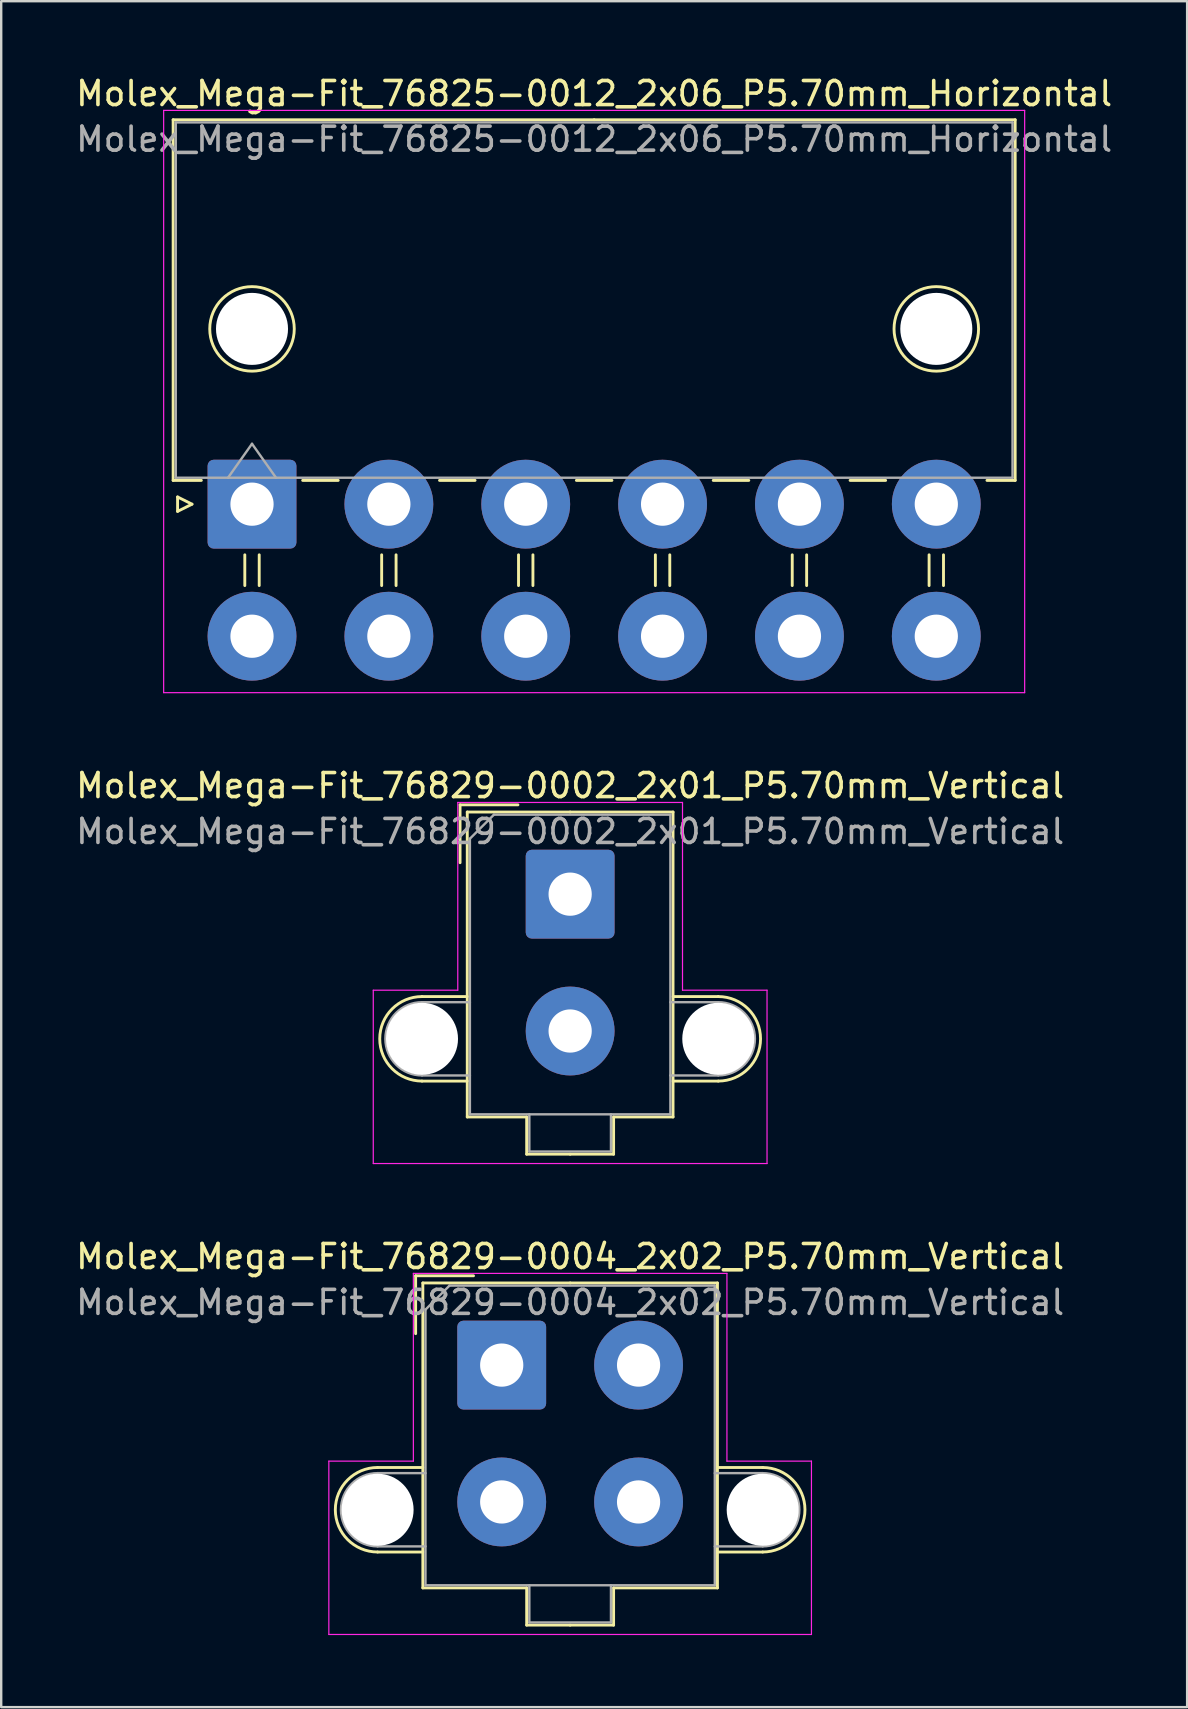
<source format=kicad_pcb>
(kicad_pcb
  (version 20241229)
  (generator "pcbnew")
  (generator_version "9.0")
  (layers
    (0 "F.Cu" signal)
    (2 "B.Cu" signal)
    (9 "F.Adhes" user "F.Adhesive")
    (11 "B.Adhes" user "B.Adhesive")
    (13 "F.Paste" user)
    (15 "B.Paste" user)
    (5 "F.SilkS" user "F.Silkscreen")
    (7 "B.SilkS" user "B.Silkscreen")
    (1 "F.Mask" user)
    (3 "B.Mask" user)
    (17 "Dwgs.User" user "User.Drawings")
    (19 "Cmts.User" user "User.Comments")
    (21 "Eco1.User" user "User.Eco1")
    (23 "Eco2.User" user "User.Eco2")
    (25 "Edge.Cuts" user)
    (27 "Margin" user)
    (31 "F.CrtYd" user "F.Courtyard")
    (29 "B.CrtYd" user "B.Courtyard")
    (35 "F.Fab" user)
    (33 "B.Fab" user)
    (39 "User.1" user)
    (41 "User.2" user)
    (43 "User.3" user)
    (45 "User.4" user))
  (footprint "Molex_Mega-Fit_76829-0002_2x01_P5.70mm_Vertical"
    (layer "F.Cu")
    (at 20.696 34.191)
    (property "Reference" "Molex_Mega-Fit_76829-0002_2x01_P5.70mm_Vertical" (at 0 -4.52 0) (layer "F.SilkS") (effects (font (size 1 1) (thickness 0.15))))
    (attr through_hole)
    (fp_line (start -6.17 4.265) (end -4.285 4.265) (stroke (width 0.12) (type solid)) (layer "F.SilkS"))
    (fp_line (start -6.17 7.785) (end -4.285 7.785) (stroke (width 0.12) (type solid)) (layer "F.SilkS"))
    (fp_line (start -4.585 -3.72) (end -2.175 -3.72) (stroke (width 0.12) (type solid)) (layer "F.SilkS"))
    (fp_line (start -4.585 -1.31) (end -4.585 -3.72) (stroke (width 0.12) (type solid)) (layer "F.SilkS"))
    (fp_line (start -4.285 -3.42) (end -4.285 9.28) (stroke (width 0.12) (type solid)) (layer "F.SilkS"))
    (fp_line (start -4.285 9.28) (end -1.81 9.28) (stroke (width 0.12) (type solid)) (layer "F.SilkS"))
    (fp_line (start -1.81 9.28) (end -1.81 10.83) (stroke (width 0.12) (type solid)) (layer "F.SilkS"))
    (fp_line (start -1.81 10.83) (end 0 10.83) (stroke (width 0.12) (type solid)) (layer "F.SilkS"))
    (fp_line (start 0 -3.42) (end -4.285 -3.42) (stroke (width 0.12) (type solid)) (layer "F.SilkS"))
    (fp_line (start 0 -3.42) (end 4.285 -3.42) (stroke (width 0.12) (type solid)) (layer "F.SilkS"))
    (fp_line (start 1.81 9.28) (end 1.81 10.83) (stroke (width 0.12) (type solid)) (layer "F.SilkS"))
    (fp_line (start 1.81 10.83) (end 0 10.83) (stroke (width 0.12) (type solid)) (layer "F.SilkS"))
    (fp_line (start 4.285 -3.42) (end 4.285 9.28) (stroke (width 0.12) (type solid)) (layer "F.SilkS"))
    (fp_line (start 4.285 9.28) (end 1.81 9.28) (stroke (width 0.12) (type solid)) (layer "F.SilkS"))
    (fp_line (start 6.17 4.265) (end 4.285 4.265) (stroke (width 0.12) (type solid)) (layer "F.SilkS"))
    (fp_line (start 6.17 7.785) (end 4.285 7.785) (stroke (width 0.12) (type solid)) (layer "F.SilkS"))
    (fp_arc (start -6.17 7.785) (mid -7.93 6.025) (end -6.17 4.265) (stroke (width 0.12) (type solid)) (layer "F.SilkS"))
    (fp_arc (start 6.17 4.265) (mid 7.93 6.025) (end 6.17 7.785) (stroke (width 0.12) (type solid)) (layer "F.SilkS"))
    (fp_line (start -8.2 4) (end -8.2 11.22) (stroke (width 0.05) (type solid)) (layer "F.CrtYd"))
    (fp_line (start -8.2 11.22) (end 8.2 11.22) (stroke (width 0.05) (type solid)) (layer "F.CrtYd"))
    (fp_line (start -4.68 -3.82) (end -4.68 4) (stroke (width 0.05) (type solid)) (layer "F.CrtYd"))
    (fp_line (start -4.68 4) (end -8.2 4) (stroke (width 0.05) (type solid)) (layer "F.CrtYd"))
    (fp_line (start 4.68 -3.82) (end -4.68 -3.82) (stroke (width 0.05) (type solid)) (layer "F.CrtYd"))
    (fp_line (start 4.68 4) (end 4.68 -3.82) (stroke (width 0.05) (type solid)) (layer "F.CrtYd"))
    (fp_line (start 8.2 4) (end 4.68 4) (stroke (width 0.05) (type solid)) (layer "F.CrtYd"))
    (fp_line (start 8.2 11.22) (end 8.2 4) (stroke (width 0.05) (type solid)) (layer "F.CrtYd"))
    (fp_line (start -6.17 4.5) (end -4.175 4.5) (stroke (width 0.1) (type solid)) (layer "F.Fab"))
    (fp_line (start -6.17 7.55) (end -4.175 7.55) (stroke (width 0.1) (type solid)) (layer "F.Fab"))
    (fp_line (start -4.175 -2.31) (end -4.175 9.17) (stroke (width 0.1) (type solid)) (layer "F.Fab"))
    (fp_line (start -4.175 9.17) (end 4.175 9.17) (stroke (width 0.1) (type solid)) (layer "F.Fab"))
    (fp_line (start -3.175 -3.31) (end -4.175 -2.31) (stroke (width 0.1) (type solid)) (layer "F.Fab"))
    (fp_line (start -1.7 9.17) (end -1.7 10.72) (stroke (width 0.1) (type solid)) (layer "F.Fab"))
    (fp_line (start -1.7 10.72) (end 1.7 10.72) (stroke (width 0.1) (type solid)) (layer "F.Fab"))
    (fp_line (start 1.7 10.72) (end 1.7 9.17) (stroke (width 0.1) (type solid)) (layer "F.Fab"))
    (fp_line (start 4.175 -3.31) (end -3.175 -3.31) (stroke (width 0.1) (type solid)) (layer "F.Fab"))
    (fp_line (start 4.175 9.17) (end 4.175 -3.31) (stroke (width 0.1) (type solid)) (layer "F.Fab"))
    (fp_line (start 6.17 4.5) (end 4.175 4.5) (stroke (width 0.1) (type solid)) (layer "F.Fab"))
    (fp_line (start 6.17 7.55) (end 4.175 7.55) (stroke (width 0.1) (type solid)) (layer "F.Fab"))
    (fp_arc (start -6.17 7.55) (mid -7.695 6.025) (end -6.17 4.5) (stroke (width 0.1) (type solid)) (layer "F.Fab"))
    (fp_arc (start 6.17 4.5) (mid 7.695 6.025) (end 6.17 7.55) (stroke (width 0.1) (type solid)) (layer "F.Fab"))
    (fp_text user "${REFERENCE}" (at 0 -2.61 0) (layer "F.Fab") (effects (font (size 1 1) (thickness 0.15))))
    (pad "" np_thru_hole circle (at -6.17 6.025) (size 3 3) (drill 3) (layers "*.Cu" "*.Mask"))
    (pad "" np_thru_hole circle (at 6.17 6.025) (size 3 3) (drill 3) (layers "*.Cu" "*.Mask"))
    (pad "1" thru_hole roundrect (at 0 0) (size 3.7 3.7) (drill 1.8) (layers "*.Cu" "*.Mask") (roundrect_rratio 0.068))
    (pad "2" thru_hole circle (at 0 5.7) (size 3.7 3.7) (drill 1.8) (layers "*.Cu" "*.Mask")))
  (footprint "Molex_Mega-Fit_76825-0012_2x06_P5.70mm_Horizontal"
    (layer "F.Cu")
    (at 7.446 17.948)
    (property "Reference" "Molex_Mega-Fit_76825-0012_2x06_P5.70mm_Horizontal" (at 14.25 -17.1 0) (layer "F.SilkS") (effects (font (size 1 1) (thickness 0.15))))
    (attr through_hole)
    (fp_line (start -3.285 -16.01) (end -3.285 -0.99) (stroke (width 0.12) (type solid)) (layer "F.SilkS"))
    (fp_line (start -3.285 -0.99) (end -2.11 -0.99) (stroke (width 0.12) (type solid)) (layer "F.SilkS"))
    (fp_line (start -3.1 -0.3) (end -2.5 0) (stroke (width 0.12) (type solid)) (layer "F.SilkS"))
    (fp_line (start -3.1 0.3) (end -3.1 -0.3) (stroke (width 0.12) (type solid)) (layer "F.SilkS"))
    (fp_line (start -2.5 0) (end -3.1 0.3) (stroke (width 0.12) (type solid)) (layer "F.SilkS"))
    (fp_line (start -0.3 2.11) (end -0.3 3.39) (stroke (width 0.12) (type solid)) (layer "F.SilkS"))
    (fp_line (start 0.3 2.11) (end 0.3 3.39) (stroke (width 0.12) (type solid)) (layer "F.SilkS"))
    (fp_line (start 2.11 -0.99) (end 3.59 -0.99) (stroke (width 0.12) (type solid)) (layer "F.SilkS"))
    (fp_line (start 5.4 2.11) (end 5.4 3.39) (stroke (width 0.12) (type solid)) (layer "F.SilkS"))
    (fp_line (start 6 2.11) (end 6 3.39) (stroke (width 0.12) (type solid)) (layer "F.SilkS"))
    (fp_line (start 7.81 -0.99) (end 9.29 -0.99) (stroke (width 0.12) (type solid)) (layer "F.SilkS"))
    (fp_line (start 11.1 2.11) (end 11.1 3.39) (stroke (width 0.12) (type solid)) (layer "F.SilkS"))
    (fp_line (start 11.7 2.11) (end 11.7 3.39) (stroke (width 0.12) (type solid)) (layer "F.SilkS"))
    (fp_line (start 13.51 -0.99) (end 14.99 -0.99) (stroke (width 0.12) (type solid)) (layer "F.SilkS"))
    (fp_line (start 14.25 -16.01) (end -3.285 -16.01) (stroke (width 0.12) (type solid)) (layer "F.SilkS"))
    (fp_line (start 14.25 -16.01) (end 31.785 -16.01) (stroke (width 0.12) (type solid)) (layer "F.SilkS"))
    (fp_line (start 16.8 2.11) (end 16.8 3.39) (stroke (width 0.12) (type solid)) (layer "F.SilkS"))
    (fp_line (start 17.4 2.11) (end 17.4 3.39) (stroke (width 0.12) (type solid)) (layer "F.SilkS"))
    (fp_line (start 19.21 -0.99) (end 20.69 -0.99) (stroke (width 0.12) (type solid)) (layer "F.SilkS"))
    (fp_line (start 22.5 2.11) (end 22.5 3.39) (stroke (width 0.12) (type solid)) (layer "F.SilkS"))
    (fp_line (start 23.1 2.11) (end 23.1 3.39) (stroke (width 0.12) (type solid)) (layer "F.SilkS"))
    (fp_line (start 24.91 -0.99) (end 26.39 -0.99) (stroke (width 0.12) (type solid)) (layer "F.SilkS"))
    (fp_line (start 28.2 2.11) (end 28.2 3.39) (stroke (width 0.12) (type solid)) (layer "F.SilkS"))
    (fp_line (start 28.8 2.11) (end 28.8 3.39) (stroke (width 0.12) (type solid)) (layer "F.SilkS"))
    (fp_line (start 31.785 -16.01) (end 31.785 -0.99) (stroke (width 0.12) (type solid)) (layer "F.SilkS"))
    (fp_line (start 31.785 -0.99) (end 30.61 -0.99) (stroke (width 0.12) (type solid)) (layer "F.SilkS"))
    (fp_circle (center 0 -7.3) (end 1.76 -7.3) (stroke (width 0.12) (type solid)) (fill no) (layer "F.SilkS"))
    (fp_circle (center 28.5 -7.3) (end 30.26 -7.3) (stroke (width 0.12) (type solid)) (fill no) (layer "F.SilkS"))
    (fp_line (start -3.68 -16.4) (end -3.68 7.85) (stroke (width 0.05) (type solid)) (layer "F.CrtYd"))
    (fp_line (start -3.68 7.85) (end 32.18 7.85) (stroke (width 0.05) (type solid)) (layer "F.CrtYd"))
    (fp_line (start 32.18 -16.4) (end -3.68 -16.4) (stroke (width 0.05) (type solid)) (layer "F.CrtYd"))
    (fp_line (start 32.18 7.85) (end 32.18 -16.4) (stroke (width 0.05) (type solid)) (layer "F.CrtYd"))
    (fp_line (start -3.175 -15.9) (end -3.175 -1.1) (stroke (width 0.1) (type solid)) (layer "F.Fab"))
    (fp_line (start -3.175 -1.1) (end 31.675 -1.1) (stroke (width 0.1) (type solid)) (layer "F.Fab"))
    (fp_line (start -1 -1.1) (end 0 -2.514) (stroke (width 0.1) (type solid)) (layer "F.Fab"))
    (fp_line (start 0 -2.514) (end 1 -1.1) (stroke (width 0.1) (type solid)) (layer "F.Fab"))
    (fp_line (start 31.675 -15.9) (end -3.175 -15.9) (stroke (width 0.1) (type solid)) (layer "F.Fab"))
    (fp_line (start 31.675 -1.1) (end 31.675 -15.9) (stroke (width 0.1) (type solid)) (layer "F.Fab"))
    (fp_text user "${REFERENCE}" (at 14.25 -15.2 0) (layer "F.Fab") (effects (font (size 1 1) (thickness 0.15))))
    (pad "" np_thru_hole circle (at 0 -7.3) (size 3 3) (drill 3) (layers "*.Cu" "*.Mask"))
    (pad "" np_thru_hole circle (at 28.5 -7.3) (size 3 3) (drill 3) (layers "*.Cu" "*.Mask"))
    (pad "1" thru_hole roundrect (at 0 0) (size 3.7 3.7) (drill 1.8) (layers "*.Cu" "*.Mask") (roundrect_rratio 0.068))
    (pad "2" thru_hole circle (at 5.7 0) (size 3.7 3.7) (drill 1.8) (layers "*.Cu" "*.Mask"))
    (pad "3" thru_hole circle (at 11.4 0) (size 3.7 3.7) (drill 1.8) (layers "*.Cu" "*.Mask"))
    (pad "4" thru_hole circle (at 17.1 0) (size 3.7 3.7) (drill 1.8) (layers "*.Cu" "*.Mask"))
    (pad "5" thru_hole circle (at 22.8 0) (size 3.7 3.7) (drill 1.8) (layers "*.Cu" "*.Mask"))
    (pad "6" thru_hole circle (at 28.5 0) (size 3.7 3.7) (drill 1.8) (layers "*.Cu" "*.Mask"))
    (pad "7" thru_hole circle (at 0 5.5) (size 3.7 3.7) (drill 1.8) (layers "*.Cu" "*.Mask"))
    (pad "8" thru_hole circle (at 5.7 5.5) (size 3.7 3.7) (drill 1.8) (layers "*.Cu" "*.Mask"))
    (pad "9" thru_hole circle (at 11.4 5.5) (size 3.7 3.7) (drill 1.8) (layers "*.Cu" "*.Mask"))
    (pad "10" thru_hole circle (at 17.1 5.5) (size 3.7 3.7) (drill 1.8) (layers "*.Cu" "*.Mask"))
    (pad "11" thru_hole circle (at 22.8 5.5) (size 3.7 3.7) (drill 1.8) (layers "*.Cu" "*.Mask"))
    (pad "12" thru_hole circle (at 28.5 5.5) (size 3.7 3.7) (drill 1.8) (layers "*.Cu" "*.Mask")))
  (footprint "Molex_Mega-Fit_76829-0004_2x02_P5.70mm_Vertical"
    (layer "F.Cu")
    (at 17.846 53.805)
    (property "Reference" "Molex_Mega-Fit_76829-0004_2x02_P5.70mm_Vertical" (at 2.85 -4.52 0) (layer "F.SilkS") (effects (font (size 1 1) (thickness 0.15))))
    (attr through_hole)
    (fp_line (start -5.17 4.265) (end -3.285 4.265) (stroke (width 0.12) (type solid)) (layer "F.SilkS"))
    (fp_line (start -5.17 7.785) (end -3.285 7.785) (stroke (width 0.12) (type solid)) (layer "F.SilkS"))
    (fp_line (start -3.585 -3.72) (end -1.175 -3.72) (stroke (width 0.12) (type solid)) (layer "F.SilkS"))
    (fp_line (start -3.585 -1.31) (end -3.585 -3.72) (stroke (width 0.12) (type solid)) (layer "F.SilkS"))
    (fp_line (start -3.285 -3.42) (end -3.285 9.28) (stroke (width 0.12) (type solid)) (layer "F.SilkS"))
    (fp_line (start -3.285 9.28) (end 1.04 9.28) (stroke (width 0.12) (type solid)) (layer "F.SilkS"))
    (fp_line (start 1.04 9.28) (end 1.04 10.83) (stroke (width 0.12) (type solid)) (layer "F.SilkS"))
    (fp_line (start 1.04 10.83) (end 2.85 10.83) (stroke (width 0.12) (type solid)) (layer "F.SilkS"))
    (fp_line (start 2.85 -3.42) (end -3.285 -3.42) (stroke (width 0.12) (type solid)) (layer "F.SilkS"))
    (fp_line (start 2.85 -3.42) (end 8.985 -3.42) (stroke (width 0.12) (type solid)) (layer "F.SilkS"))
    (fp_line (start 4.66 9.28) (end 4.66 10.83) (stroke (width 0.12) (type solid)) (layer "F.SilkS"))
    (fp_line (start 4.66 10.83) (end 2.85 10.83) (stroke (width 0.12) (type solid)) (layer "F.SilkS"))
    (fp_line (start 8.985 -3.42) (end 8.985 9.28) (stroke (width 0.12) (type solid)) (layer "F.SilkS"))
    (fp_line (start 8.985 9.28) (end 4.66 9.28) (stroke (width 0.12) (type solid)) (layer "F.SilkS"))
    (fp_line (start 10.87 4.265) (end 8.985 4.265) (stroke (width 0.12) (type solid)) (layer "F.SilkS"))
    (fp_line (start 10.87 7.785) (end 8.985 7.785) (stroke (width 0.12) (type solid)) (layer "F.SilkS"))
    (fp_arc (start -5.17 7.785) (mid -6.93 6.025) (end -5.17 4.265) (stroke (width 0.12) (type solid)) (layer "F.SilkS"))
    (fp_arc (start 10.87 4.265) (mid 12.63 6.025) (end 10.87 7.785) (stroke (width 0.12) (type solid)) (layer "F.SilkS"))
    (fp_line (start -7.2 4) (end -7.2 11.22) (stroke (width 0.05) (type solid)) (layer "F.CrtYd"))
    (fp_line (start -7.2 11.22) (end 12.9 11.22) (stroke (width 0.05) (type solid)) (layer "F.CrtYd"))
    (fp_line (start -3.68 -3.82) (end -3.68 4) (stroke (width 0.05) (type solid)) (layer "F.CrtYd"))
    (fp_line (start -3.68 4) (end -7.2 4) (stroke (width 0.05) (type solid)) (layer "F.CrtYd"))
    (fp_line (start 9.38 -3.82) (end -3.68 -3.82) (stroke (width 0.05) (type solid)) (layer "F.CrtYd"))
    (fp_line (start 9.38 4) (end 9.38 -3.82) (stroke (width 0.05) (type solid)) (layer "F.CrtYd"))
    (fp_line (start 12.9 4) (end 9.38 4) (stroke (width 0.05) (type solid)) (layer "F.CrtYd"))
    (fp_line (start 12.9 11.22) (end 12.9 4) (stroke (width 0.05) (type solid)) (layer "F.CrtYd"))
    (fp_line (start -5.17 4.5) (end -3.175 4.5) (stroke (width 0.1) (type solid)) (layer "F.Fab"))
    (fp_line (start -5.17 7.55) (end -3.175 7.55) (stroke (width 0.1) (type solid)) (layer "F.Fab"))
    (fp_line (start -3.175 -2.31) (end -3.175 9.17) (stroke (width 0.1) (type solid)) (layer "F.Fab"))
    (fp_line (start -3.175 9.17) (end 8.875 9.17) (stroke (width 0.1) (type solid)) (layer "F.Fab"))
    (fp_line (start -2.175 -3.31) (end -3.175 -2.31) (stroke (width 0.1) (type solid)) (layer "F.Fab"))
    (fp_line (start 1.15 9.17) (end 1.15 10.72) (stroke (width 0.1) (type solid)) (layer "F.Fab"))
    (fp_line (start 1.15 10.72) (end 4.55 10.72) (stroke (width 0.1) (type solid)) (layer "F.Fab"))
    (fp_line (start 4.55 10.72) (end 4.55 9.17) (stroke (width 0.1) (type solid)) (layer "F.Fab"))
    (fp_line (start 8.875 -3.31) (end -2.175 -3.31) (stroke (width 0.1) (type solid)) (layer "F.Fab"))
    (fp_line (start 8.875 9.17) (end 8.875 -3.31) (stroke (width 0.1) (type solid)) (layer "F.Fab"))
    (fp_line (start 10.87 4.5) (end 8.875 4.5) (stroke (width 0.1) (type solid)) (layer "F.Fab"))
    (fp_line (start 10.87 7.55) (end 8.875 7.55) (stroke (width 0.1) (type solid)) (layer "F.Fab"))
    (fp_arc (start -5.17 7.55) (mid -6.695 6.025) (end -5.17 4.5) (stroke (width 0.1) (type solid)) (layer "F.Fab"))
    (fp_arc (start 10.87 4.5) (mid 12.395 6.025) (end 10.87 7.55) (stroke (width 0.1) (type solid)) (layer "F.Fab"))
    (fp_text user "${REFERENCE}" (at 2.85 -2.61 0) (layer "F.Fab") (effects (font (size 1 1) (thickness 0.15))))
    (pad "" np_thru_hole circle (at -5.17 6.025) (size 3 3) (drill 3) (layers "*.Cu" "*.Mask"))
    (pad "" np_thru_hole circle (at 10.87 6.025) (size 3 3) (drill 3) (layers "*.Cu" "*.Mask"))
    (pad "1" thru_hole roundrect (at 0 0) (size 3.7 3.7) (drill 1.8) (layers "*.Cu" "*.Mask") (roundrect_rratio 0.068))
    (pad "2" thru_hole circle (at 5.7 0) (size 3.7 3.7) (drill 1.8) (layers "*.Cu" "*.Mask"))
    (pad "3" thru_hole circle (at 0 5.7) (size 3.7 3.7) (drill 1.8) (layers "*.Cu" "*.Mask"))
    (pad "4" thru_hole circle (at 5.7 5.7) (size 3.7 3.7) (drill 1.8) (layers "*.Cu" "*.Mask")))
  (gr_rect
    (start -3 -3)
    (end 46.393 68.05)
    (stroke (width 0.1) (type default))
    (fill no)
    (layer "Edge.Cuts")))
</source>
